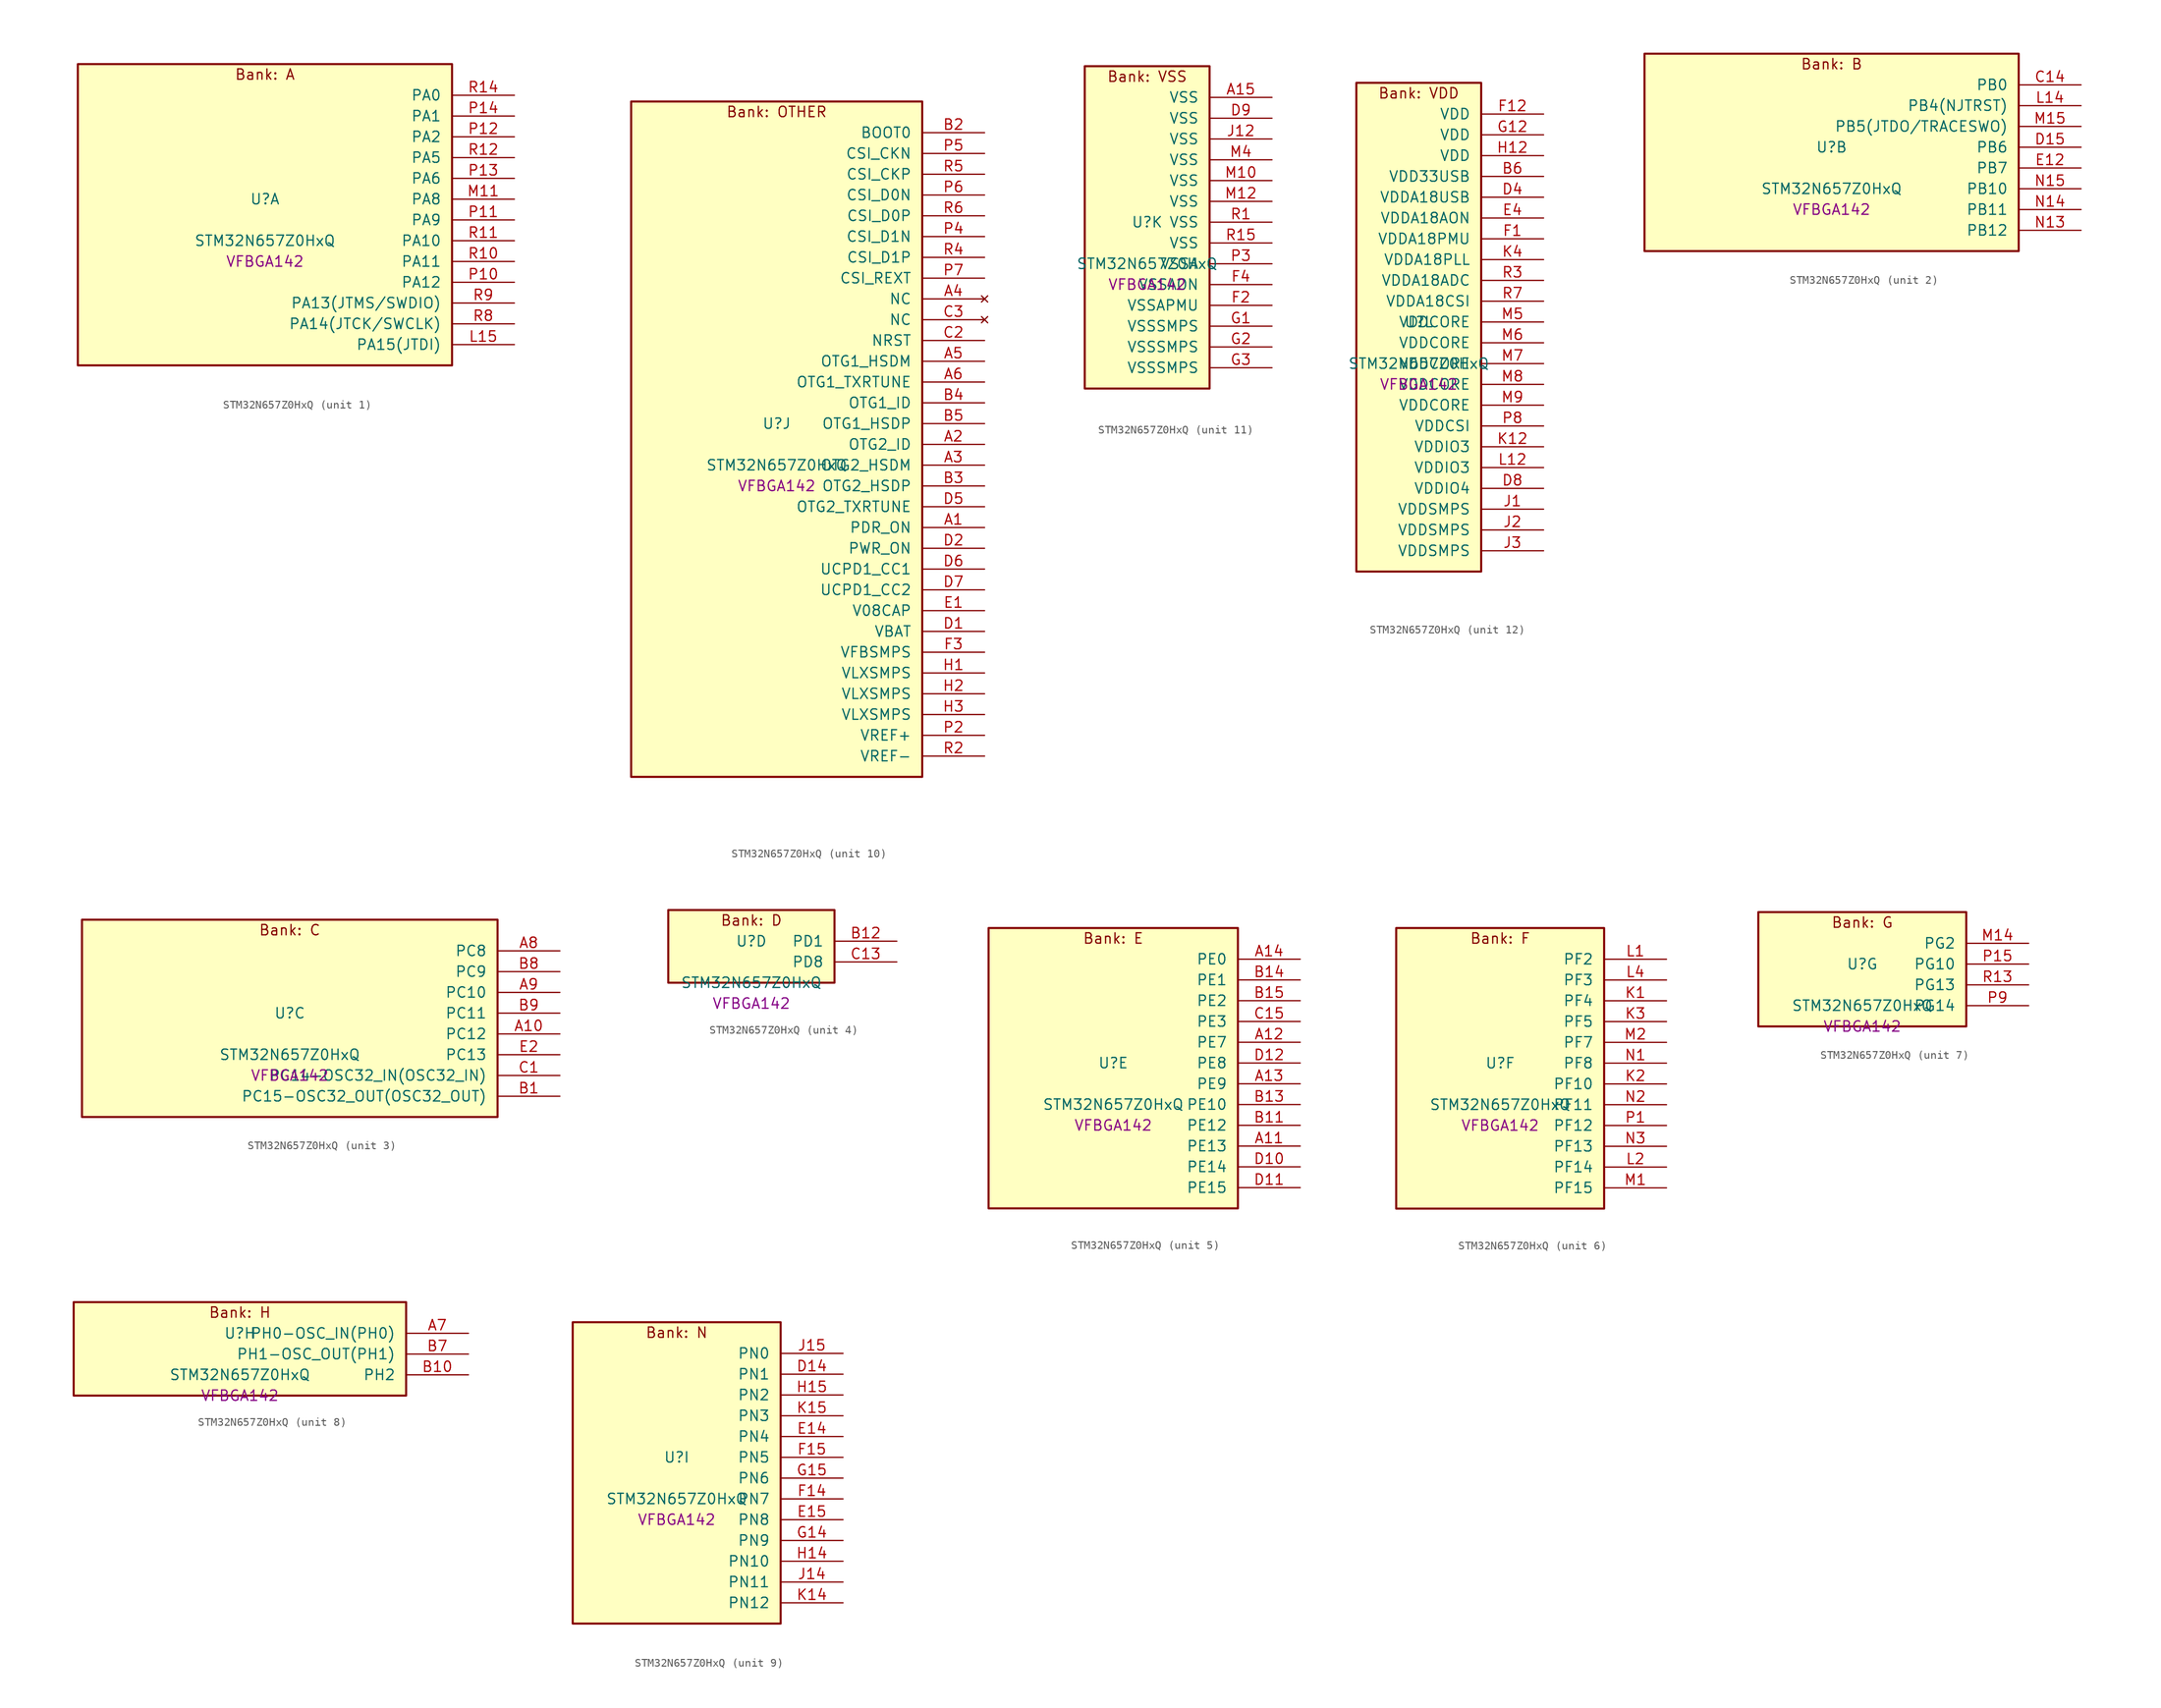
<source format=kicad_sym>
(kicad_symbol_lib
  (version 20241209)
  (generator "stm32_pkl_generator")
  (generator_version "1.0")
  (symbol "STM32N657Z0HxQ"
    (pin_names
      (offset 1.27))
    (property "Reference" "U"
      (at 0 2.54 0))
    (property "Value" "STM32N657Z0HxQ"
      (at 0 -2.54 0))
    (property "Footprint" "VFBGA142"
      (at 0 -5.08 0))
    (symbol "STM32N657Z0HxQ_1_1"
      (rectangle (start -22.86 19.05) (end 22.86 -17.78) (stroke (width 0.254) (type solid)) (fill (type background)))
      (text "Bank: A" (at 0 17.78 0))
      (pin bidirectional line (at 30.48 15.24 180) (length 7.62) (name "PA0") (number "R14") (alternate "PA0/ADC1_INN1" bidirectional line) (alternate "PA0/ADC1_INP0" bidirectional line) (alternate "PA0/ADC2_INN1" bidirectional line) (alternate "PA0/ADC2_INP0" bidirectional line) (alternate "PA0/HDP_HDP0" bidirectional line) (alternate "PA0/I2S6_WS" bidirectional line) (alternate "PA0/LTDC_G3" bidirectional line) (alternate "PA0/PWR_WKUP1" bidirectional line) (alternate "PA0/SAI2_SD_B" bidirectional line) (alternate "PA0/SPI6_NSS" bidirectional line) (alternate "PA0/TIM15_BKIN" bidirectional line) (alternate "PA0/TIM2_CH1" bidirectional line) (alternate "PA0/TIM9_CH1" bidirectional line) (alternate "PA0/UART4_TX" bidirectional line))
      (pin bidirectional line (at 30.48 12.7 180) (length 7.62) (name "PA1") (number "P14") (alternate "PA1/ADC1_INP1" bidirectional line) (alternate "PA1/ADC2_INP1" bidirectional line) (alternate "PA1/DCMIPP_D0" bidirectional line) (alternate "PA1/DCMI_D0" bidirectional line) (alternate "PA1/HDP_HDP1" bidirectional line) (alternate "PA1/LTDC_G2" bidirectional line) (alternate "PA1/PSSI_D0" bidirectional line) (alternate "PA1/SAI2_MCLK_B" bidirectional line) (alternate "PA1/TIM15_CH1N" bidirectional line) (alternate "PA1/TIM2_CH2" bidirectional line) (alternate "PA1/UART4_RX" bidirectional line))
      (pin bidirectional line (at 30.48 10.16 180) (length 7.62) (name "PA2") (number "P12") (alternate "PA2/ADC1_INP14" bidirectional line) (alternate "PA2/ADC2_INP14" bidirectional line) (alternate "PA2/HDP_HDP2" bidirectional line) (alternate "PA2/LTDC_B7" bidirectional line) (alternate "PA2/MDIOS_MDIO" bidirectional line) (alternate "PA2/PWR_WKUP2" bidirectional line) (alternate "PA2/SAI2_SCK_B" bidirectional line) (alternate "PA2/TIM15_CH1" bidirectional line) (alternate "PA2/TIM2_CH3" bidirectional line))
      (pin bidirectional line (at 30.48 7.62 180) (length 7.62) (name "PA5") (number "R12") (alternate "PA5/ADC2_INP18" bidirectional line) (alternate "PA5/DCMIPP_D8" bidirectional line) (alternate "PA5/DCMI_D8" bidirectional line) (alternate "PA5/HDP_HDP5" bidirectional line) (alternate "PA5/I2S1_CK" bidirectional line) (alternate "PA5/I2S6_CK" bidirectional line) (alternate "PA5/I3C1_SCL" bidirectional line) (alternate "PA5/LTDC_CLK" bidirectional line) (alternate "PA5/PSSI_D8" bidirectional line) (alternate "PA5/PWR_CSTOP" bidirectional line) (alternate "PA5/SPI1_SCK" bidirectional line) (alternate "PA5/SPI6_SCK" bidirectional line) (alternate "PA5/TIM10_CH1" bidirectional line) (alternate "PA5/TIM2_CH1" bidirectional line) (alternate "PA5/TIM2_ETR" bidirectional line) (alternate "PA5/TIM9_CH2" bidirectional line))
      (pin bidirectional line (at 30.48 5.08 180) (length 7.62) (name "PA6") (number "P13") (alternate "PA6/ADC1_INP3" bidirectional line) (alternate "PA6/ADC2_INP3" bidirectional line) (alternate "PA6/BOOT1" bidirectional line) (alternate "PA6/DCMIPP_PIXCLK" bidirectional line) (alternate "PA6/DCMI_PIXCLK" bidirectional line) (alternate "PA6/HDP_HDP6" bidirectional line) (alternate "PA6/I2S1_SDI" bidirectional line) (alternate "PA6/I2S6_SDI" bidirectional line) (alternate "PA6/I3C1_SDA" bidirectional line) (alternate "PA6/LTDC_B7" bidirectional line) (alternate "PA6/LTDC_HSYNC" bidirectional line) (alternate "PA6/MDIOS_MDC" bidirectional line) (alternate "PA6/PSSI_PDCK" bidirectional line) (alternate "PA6/SPI1_MISO" bidirectional line) (alternate "PA6/SPI6_MISO" bidirectional line) (alternate "PA6/TIM13_CH1" bidirectional line) (alternate "PA6/TIM3_CH1" bidirectional line))
      (pin bidirectional line (at 30.48 2.54 180) (length 7.62) (name "PA8") (number "M11") (alternate "PA8/ADC1_INP5" bidirectional line) (alternate "PA8/ADC2_INP5" bidirectional line) (alternate "PA8/HDP_HDP0" bidirectional line) (alternate "PA8/I2C3_SCL" bidirectional line) (alternate "PA8/I3C2_SCL" bidirectional line) (alternate "PA8/LTDC_B6" bidirectional line) (alternate "PA8/RCC_MCO_1" bidirectional line) (alternate "PA8/TIM11_CH1" bidirectional line) (alternate "PA8/UART7_RX" bidirectional line) (alternate "PA8/USART1_CK" bidirectional line))
      (pin bidirectional line (at 30.48 0 180) (length 7.62) (name "PA9") (number "P11") (alternate "PA9/ADC1_INP10" bidirectional line) (alternate "PA9/ADC2_INP10" bidirectional line) (alternate "PA9/DCMIPP_D0" bidirectional line) (alternate "PA9/DCMI_D0" bidirectional line) (alternate "PA9/HDP_HDP1" bidirectional line) (alternate "PA9/I2C3_SDA" bidirectional line) (alternate "PA9/I3C2_SDA" bidirectional line) (alternate "PA9/LPUART1_TX" bidirectional line) (alternate "PA9/LTDC_B5" bidirectional line) (alternate "PA9/PSSI_D0" bidirectional line) (alternate "PA9/USART1_TX" bidirectional line))
      (pin bidirectional line (at 30.48 -2.54 180) (length 7.62) (name "PA10") (number "R11") (alternate "PA10/ADC1_INN10" bidirectional line) (alternate "PA10/ADC1_INP11" bidirectional line) (alternate "PA10/ADC2_INN10" bidirectional line) (alternate "PA10/ADC2_INP11" bidirectional line) (alternate "PA10/DCMIPP_D1" bidirectional line) (alternate "PA10/DCMI_D1" bidirectional line) (alternate "PA10/HDP_HDP2" bidirectional line) (alternate "PA10/LPUART1_RX" bidirectional line) (alternate "PA10/LTDC_B4" bidirectional line) (alternate "PA10/MDIOS_MDIO" bidirectional line) (alternate "PA10/PSSI_D1" bidirectional line) (alternate "PA10/PWR_CSLEEP" bidirectional line) (alternate "PA10/USART1_RX" bidirectional line))
      (pin bidirectional line (at 30.48 -5.08 180) (length 7.62) (name "PA11") (number "R10") (alternate "PA11/ADC1_EXTI11" bidirectional line) (alternate "PA11/ADC1_INN11" bidirectional line) (alternate "PA11/ADC1_INP12" bidirectional line) (alternate "PA11/ADC2_EXTI11" bidirectional line) (alternate "PA11/ADC2_INN11" bidirectional line) (alternate "PA11/ADC2_INP12" bidirectional line) (alternate "PA11/FDCAN1_RX" bidirectional line) (alternate "PA11/HDP_HDP3" bidirectional line) (alternate "PA11/LPUART1_CTS" bidirectional line) (alternate "PA11/LTDC_B3" bidirectional line) (alternate "PA11/UART4_RX" bidirectional line) (alternate "PA11/USART1_CTS" bidirectional line) (alternate "PA11/USART1_NSS" bidirectional line))
      (pin bidirectional line (at 30.48 -7.62 180) (length 7.62) (name "PA12") (number "P10") (alternate "PA12/ADC1_INN12" bidirectional line) (alternate "PA12/ADC1_INP13" bidirectional line) (alternate "PA12/ADC2_INN12" bidirectional line) (alternate "PA12/ADC2_INP13" bidirectional line) (alternate "PA12/FDCAN1_TX" bidirectional line) (alternate "PA12/HDP_HDP4" bidirectional line) (alternate "PA12/LPUART1_RTS" bidirectional line) (alternate "PA12/LTDC_B2" bidirectional line) (alternate "PA12/SAI2_FS_B" bidirectional line) (alternate "PA12/UART4_TX" bidirectional line) (alternate "PA12/USART1_RTS" bidirectional line))
      (pin bidirectional line (at 30.48 -10.16 180) (length 7.62) (name "PA13(JTMS/SWDIO)") (number "R9") (alternate "PA13(JTMS/SWDIO)/DEBUG_JTMS-SWDIO" bidirectional line) (alternate "PA13(JTMS/SWDIO)/HDP_HDP5" bidirectional line))
      (pin bidirectional line (at 30.48 -12.7 180) (length 7.62) (name "PA14(JTCK/SWCLK)") (number "R8") (alternate "PA14(JTCK/SWCLK)/DEBUG_JTCK-SWCLK" bidirectional line) (alternate "PA14(JTCK/SWCLK)/HDP_HDP6" bidirectional line))
      (pin bidirectional line (at 30.48 -15.24 180) (length 7.62) (name "PA15(JTDI)") (number "L15") (alternate "PA15(JTDI)/ADC1_EXTI15" bidirectional line) (alternate "PA15(JTDI)/ADC2_EXTI15" bidirectional line) (alternate "PA15(JTDI)/DEBUG_JTDI" bidirectional line) (alternate "PA15(JTDI)/HDP_HDP7" bidirectional line) (alternate "PA15(JTDI)/I2S1_WS" bidirectional line) (alternate "PA15(JTDI)/I2S3_WS" bidirectional line) (alternate "PA15(JTDI)/I2S6_WS" bidirectional line) (alternate "PA15(JTDI)/LTDC_R5" bidirectional line) (alternate "PA15(JTDI)/SPI1_NSS" bidirectional line) (alternate "PA15(JTDI)/SPI3_NSS" bidirectional line) (alternate "PA15(JTDI)/SPI6_NSS" bidirectional line) (alternate "PA15(JTDI)/TIM2_CH1" bidirectional line) (alternate "PA15(JTDI)/TIM2_ETR" bidirectional line) (alternate "PA15(JTDI)/UART4_DE" bidirectional line) (alternate "PA15(JTDI)/UART4_RTS" bidirectional line) (alternate "PA15(JTDI)/UART7_TX" bidirectional line)))
    (symbol "STM32N657Z0HxQ_2_1"
      (rectangle (start -22.86 13.97) (end 22.86 -10.16) (stroke (width 0.254) (type solid)) (fill (type background)))
      (text "Bank: B" (at 0 12.7 0))
      (pin bidirectional line (at 30.48 10.16 180) (length 7.62) (name "PB0") (number "C14") (alternate "PB0/ADF1_SDI0" bidirectional line) (alternate "PB0/DCMIPP_D4" bidirectional line) (alternate "PB0/DCMI_D4" bidirectional line) (alternate "PB0/DEBUG_TRACED1" bidirectional line) (alternate "PB0/MDF1_SDI2" bidirectional line) (alternate "PB0/PSSI_D4" bidirectional line) (alternate "PB0/SAI1_D2" bidirectional line) (alternate "PB0/SAI1_FS_A" bidirectional line) (alternate "PB0/SPI4_NSS" bidirectional line) (alternate "PB0/TIM15_CH1N" bidirectional line))
      (pin bidirectional line (at 30.48 7.62 180) (length 7.62) (name "PB4(NJTRST)") (number "L14") (alternate "PB4(NJTRST)/DCMIPP_VSYNC" bidirectional line) (alternate "PB4(NJTRST)/DCMI_VSYNC" bidirectional line) (alternate "PB4(NJTRST)/DEBUG_NJTRST" bidirectional line) (alternate "PB4(NJTRST)/HDP_HDP4" bidirectional line) (alternate "PB4(NJTRST)/I2S1_SDI" bidirectional line) (alternate "PB4(NJTRST)/I2S3_SDI" bidirectional line) (alternate "PB4(NJTRST)/I2S6_SDI" bidirectional line) (alternate "PB4(NJTRST)/LTDC_R3" bidirectional line) (alternate "PB4(NJTRST)/PSSI_RDY" bidirectional line) (alternate "PB4(NJTRST)/SPI1_MISO" bidirectional line) (alternate "PB4(NJTRST)/SPI3_MISO" bidirectional line) (alternate "PB4(NJTRST)/SPI6_MISO" bidirectional line) (alternate "PB4(NJTRST)/TIM3_CH1" bidirectional line) (alternate "PB4(NJTRST)/UART7_TX" bidirectional line))
      (pin bidirectional line (at 30.48 5.08 180) (length 7.62) (name "PB5(JTDO/TRACESWO)") (number "M15") (alternate "PB5(JTDO/TRACESWO)/DCMIPP_D10" bidirectional line) (alternate "PB5(JTDO/TRACESWO)/DCMI_D10" bidirectional line) (alternate "PB5(JTDO/TRACESWO)/DEBUG_JTDO-SWO" bidirectional line) (alternate "PB5(JTDO/TRACESWO)/FDCAN2_RX" bidirectional line) (alternate "PB5(JTDO/TRACESWO)/HDP_HDP5" bidirectional line) (alternate "PB5(JTDO/TRACESWO)/I2S1_SDO" bidirectional line) (alternate "PB5(JTDO/TRACESWO)/I2S3_SDO" bidirectional line) (alternate "PB5(JTDO/TRACESWO)/I2S6_SDO" bidirectional line) (alternate "PB5(JTDO/TRACESWO)/LTDC_R2" bidirectional line) (alternate "PB5(JTDO/TRACESWO)/PSSI_D10" bidirectional line) (alternate "PB5(JTDO/TRACESWO)/SPI1_MOSI" bidirectional line) (alternate "PB5(JTDO/TRACESWO)/SPI3_MOSI" bidirectional line) (alternate "PB5(JTDO/TRACESWO)/SPI6_MOSI" bidirectional line) (alternate "PB5(JTDO/TRACESWO)/TIM3_CH2" bidirectional line) (alternate "PB5(JTDO/TRACESWO)/UART5_RX" bidirectional line))
      (pin bidirectional line (at 30.48 2.54 180) (length 7.62) (name "PB6") (number "D15") (alternate "PB6/ADF1_CCK1" bidirectional line) (alternate "PB6/DCMIPP_D6" bidirectional line) (alternate "PB6/DCMI_D6" bidirectional line) (alternate "PB6/DEBUG_TRACED2" bidirectional line) (alternate "PB6/MDF1_CCK1" bidirectional line) (alternate "PB6/PSSI_D6" bidirectional line) (alternate "PB6/SAI1_CK2" bidirectional line) (alternate "PB6/SAI1_SCK_A" bidirectional line) (alternate "PB6/SPI4_MISO" bidirectional line) (alternate "PB6/TIM15_CH1" bidirectional line))
      (pin bidirectional line (at 30.48 0 180) (length 7.62) (name "PB7") (number "E12") (alternate "PB7/ADF1_SDI0" bidirectional line) (alternate "PB7/DCMIPP_D7" bidirectional line) (alternate "PB7/DCMI_D7" bidirectional line) (alternate "PB7/DEBUG_TRACED3" bidirectional line) (alternate "PB7/MDF1_SDI1" bidirectional line) (alternate "PB7/PSSI_D7" bidirectional line) (alternate "PB7/SAI1_D1" bidirectional line) (alternate "PB7/SAI1_SD_A" bidirectional line) (alternate "PB7/SAI2_MCLK_B" bidirectional line) (alternate "PB7/SPI4_MOSI" bidirectional line) (alternate "PB7/TIM15_CH2" bidirectional line))
      (pin bidirectional line (at 30.48 -2.54 180) (length 7.62) (name "PB10") (number "N15") (alternate "PB10/ADC1_INN4" bidirectional line) (alternate "PB10/ADC1_INP8" bidirectional line) (alternate "PB10/ADC2_INN4" bidirectional line) (alternate "PB10/ADC2_INP8" bidirectional line) (alternate "PB10/HDP_HDP2" bidirectional line) (alternate "PB10/I2C2_SCL" bidirectional line) (alternate "PB10/I3C2_SCL" bidirectional line) (alternate "PB10/LPTIM2_IN1" bidirectional line) (alternate "PB10/LTDC_G7" bidirectional line) (alternate "PB10/TIM2_CH3" bidirectional line) (alternate "PB10/USART3_TX" bidirectional line))
      (pin bidirectional line (at 30.48 -5.08 180) (length 7.62) (name "PB11") (number "N14") (alternate "PB11/ADC1_EXTI11" bidirectional line) (alternate "PB11/ADC1_INP4" bidirectional line) (alternate "PB11/ADC2_EXTI11" bidirectional line) (alternate "PB11/ADC2_INP4" bidirectional line) (alternate "PB11/HDP_HDP3" bidirectional line) (alternate "PB11/I2C2_SDA" bidirectional line) (alternate "PB11/I3C2_SDA" bidirectional line) (alternate "PB11/LPTIM2_ETR" bidirectional line) (alternate "PB11/LTDC_G6" bidirectional line) (alternate "PB11/TIM2_CH4" bidirectional line) (alternate "PB11/USART3_RX" bidirectional line))
      (pin bidirectional line (at 30.48 -7.62 180) (length 7.62) (name "PB12") (number "N13") (alternate "PB12/FDCAN2_RX" bidirectional line) (alternate "PB12/HDP_HDP4" bidirectional line) (alternate "PB12/I2C2_SMBA" bidirectional line) (alternate "PB12/LPTIM2_IN2" bidirectional line) (alternate "PB12/LTDC_G5" bidirectional line) (alternate "PB12/UART5_RX" bidirectional line) (alternate "PB12/USART3_CK" bidirectional line)))
    (symbol "STM32N657Z0HxQ_3_1"
      (rectangle (start -25.4 13.97) (end 25.4 -10.16) (stroke (width 0.254) (type solid)) (fill (type background)))
      (text "Bank: C" (at 0 12.7 0))
      (pin bidirectional line (at 33.02 10.16 180) (length 7.62) (name "PC8") (number "A8") (alternate "PC8/DCMIPP_D2" bidirectional line) (alternate "PC8/DCMI_D2" bidirectional line) (alternate "PC8/DEBUG_TRACED1" bidirectional line) (alternate "PC8/HDP_HDP0" bidirectional line) (alternate "PC8/I2C3_SMBA" bidirectional line) (alternate "PC8/LTDC_B0" bidirectional line) (alternate "PC8/PSSI_D2" bidirectional line) (alternate "PC8/TIM3_CH3" bidirectional line) (alternate "PC8/UART5_DE" bidirectional line) (alternate "PC8/UART5_RTS" bidirectional line) (alternate "PC8/UCPD1_FRSTX1" bidirectional line))
      (pin bidirectional line (at 33.02 7.62 180) (length 7.62) (name "PC9") (number "B8") (alternate "PC9/AUDIOCLK" bidirectional line) (alternate "PC9/DCMIPP_D3" bidirectional line) (alternate "PC9/DCMI_D3" bidirectional line) (alternate "PC9/HDP_HDP1" bidirectional line) (alternate "PC9/I2C3_SDA" bidirectional line) (alternate "PC9/LTDC_B3" bidirectional line) (alternate "PC9/PSSI_D3" bidirectional line) (alternate "PC9/RCC_MCO_2" bidirectional line) (alternate "PC9/TIM3_CH4" bidirectional line) (alternate "PC9/UART5_CTS" bidirectional line) (alternate "PC9/UCPD1_FRSTX2" bidirectional line))
      (pin bidirectional line (at 33.02 5.08 180) (length 7.62) (name "PC10") (number "A9") (alternate "PC10/DCMIPP_D14" bidirectional line) (alternate "PC10/HDP_HDP2" bidirectional line) (alternate "PC10/I2C4_SCL" bidirectional line) (alternate "PC10/I2S3_CK" bidirectional line) (alternate "PC10/I3C2_SCL" bidirectional line) (alternate "PC10/PSSI_D14" bidirectional line) (alternate "PC10/SPI3_SCK" bidirectional line) (alternate "PC10/UART4_TX" bidirectional line) (alternate "PC10/USART3_TX" bidirectional line))
      (pin bidirectional line (at 33.02 2.54 180) (length 7.62) (name "PC11") (number "B9") (alternate "PC11/ADC1_EXTI11" bidirectional line) (alternate "PC11/ADC2_EXTI11" bidirectional line) (alternate "PC11/DCMIPP_D4" bidirectional line) (alternate "PC11/DCMI_D4" bidirectional line) (alternate "PC11/HDP_HDP3" bidirectional line) (alternate "PC11/I2C4_SDA" bidirectional line) (alternate "PC11/I2S3_SDI" bidirectional line) (alternate "PC11/I3C2_SDA" bidirectional line) (alternate "PC11/PSSI_D4" bidirectional line) (alternate "PC11/SPI3_MISO" bidirectional line) (alternate "PC11/UART4_RX" bidirectional line) (alternate "PC11/USART3_RX" bidirectional line))
      (pin bidirectional line (at 33.02 0 180) (length 7.62) (name "PC12") (number "A10") (alternate "PC12/DCMIPP_D9" bidirectional line) (alternate "PC12/DCMI_D9" bidirectional line) (alternate "PC12/DEBUG_TRACED3" bidirectional line) (alternate "PC12/HDP_HDP4" bidirectional line) (alternate "PC12/I2S3_SDO" bidirectional line) (alternate "PC12/I2S6_CK" bidirectional line) (alternate "PC12/PSSI_D9" bidirectional line) (alternate "PC12/SPI3_MOSI" bidirectional line) (alternate "PC12/SPI6_SCK" bidirectional line) (alternate "PC12/TIM15_CH1" bidirectional line) (alternate "PC12/UART5_TX" bidirectional line) (alternate "PC12/USART3_CK" bidirectional line))
      (pin bidirectional line (at 33.02 -2.54 180) (length 7.62) (name "PC13") (number "E2") (alternate "PC13/HDP_HDP5" bidirectional line) (alternate "PC13/PWR_WKUP3" bidirectional line) (alternate "PC13/RTC_OUT1" bidirectional line) (alternate "PC13/RTC_TS" bidirectional line) (alternate "PC13/TAMP_IN1" bidirectional line) (alternate "PC13/TAMP_OUT2" bidirectional line))
      (pin bidirectional line (at 33.02 -5.08 180) (length 7.62) (name "PC14-OSC32_IN(OSC32_IN)") (number "C1") (alternate "PC14-OSC32_IN(OSC32_IN)/RCC_OSC32_IN" bidirectional line))
      (pin bidirectional line (at 33.02 -7.62 180) (length 7.62) (name "PC15-OSC32_OUT(OSC32_OUT)") (number "B1") (alternate "PC15-OSC32_OUT(OSC32_OUT)/ADC1_EXTI15" bidirectional line) (alternate "PC15-OSC32_OUT(OSC32_OUT)/ADC2_EXTI15" bidirectional line) (alternate "PC15-OSC32_OUT(OSC32_OUT)/RCC_OSC32_OUT" bidirectional line)))
    (symbol "STM32N657Z0HxQ_4_1"
      (rectangle (start -10.16 6.35) (end 10.16 -2.54) (stroke (width 0.254) (type solid)) (fill (type background)))
      (text "Bank: D" (at 0 5.08 0))
      (pin bidirectional line (at 17.78 2.54 180) (length 7.62) (name "PD1") (number "B12") (alternate "PD1/FDCAN1_TX" bidirectional line) (alternate "PD1/UART4_TX" bidirectional line))
      (pin bidirectional line (at 17.78 0 180) (length 7.62) (name "PD8") (number "C13") (alternate "PD8/DCMIPP_D11" bidirectional line) (alternate "PD8/DCMI_D11" bidirectional line) (alternate "PD8/LTDC_R7" bidirectional line) (alternate "PD8/PSSI_D11" bidirectional line) (alternate "PD8/TAMP_IN3" bidirectional line) (alternate "PD8/TAMP_OUT4" bidirectional line) (alternate "PD8/USART3_TX" bidirectional line)))
    (symbol "STM32N657Z0HxQ_5_1"
      (rectangle (start -15.24 19.05) (end 15.24 -15.24) (stroke (width 0.254) (type solid)) (fill (type background)))
      (text "Bank: E" (at 0 17.78 0))
      (pin bidirectional line (at 22.86 15.24 180) (length 7.62) (name "PE0") (number "A14") (alternate "PE0/DCMIPP_D2" bidirectional line) (alternate "PE0/DCMI_D2" bidirectional line) (alternate "PE0/LPTIM2_ETR" bidirectional line) (alternate "PE0/PSSI_D2" bidirectional line) (alternate "PE0/SAI2_MCLK_A" bidirectional line) (alternate "PE0/TAMP_IN6" bidirectional line) (alternate "PE0/TAMP_OUT5" bidirectional line) (alternate "PE0/USART3_RX" bidirectional line))
      (pin bidirectional line (at 22.86 12.7 180) (length 7.62) (name "PE1") (number "B14") (alternate "PE1/DCMIPP_D8" bidirectional line) (alternate "PE1/DCMI_D8" bidirectional line) (alternate "PE1/LPTIM2_CH2" bidirectional line) (alternate "PE1/PSSI_D8" bidirectional line) (alternate "PE1/USART3_TX" bidirectional line))
      (pin bidirectional line (at 22.86 10.16 180) (length 7.62) (name "PE2") (number "B15") (alternate "PE2/ADF1_CCK0" bidirectional line) (alternate "PE2/DEBUG_TRACECLK" bidirectional line) (alternate "PE2/MDF1_CCK0" bidirectional line) (alternate "PE2/SAI1_CK1" bidirectional line) (alternate "PE2/SAI1_MCLK_A" bidirectional line) (alternate "PE2/SPI4_SCK" bidirectional line) (alternate "PE2/UCPD1_FRSTX1" bidirectional line))
      (pin bidirectional line (at 22.86 7.62 180) (length 7.62) (name "PE3") (number "C15") (alternate "PE3/DEBUG_TRACED0" bidirectional line) (alternate "PE3/MDF1_CKI2" bidirectional line) (alternate "PE3/SAI1_SD_B" bidirectional line) (alternate "PE3/TIM15_BKIN" bidirectional line))
      (pin bidirectional line (at 22.86 5.08 180) (length 7.62) (name "PE7") (number "A12") (alternate "PE7/MDF1_CKI0" bidirectional line) (alternate "PE7/SAI2_SD_B" bidirectional line) (alternate "PE7/UART7_RX" bidirectional line))
      (pin bidirectional line (at 22.86 2.54 180) (length 7.62) (name "PE8") (number "D12") (alternate "PE8/DCMIPP_D4" bidirectional line) (alternate "PE8/DCMI_D4" bidirectional line) (alternate "PE8/MDF1_SDI0" bidirectional line) (alternate "PE8/PSSI_D4" bidirectional line) (alternate "PE8/UART7_TX" bidirectional line) (alternate "PE8/USART3_TX" bidirectional line))
      (pin bidirectional line (at 22.86 0 180) (length 7.62) (name "PE9") (number "A13") (alternate "PE9/MDF1_CKI4" bidirectional line) (alternate "PE9/UART7_RTS" bidirectional line))
      (pin bidirectional line (at 22.86 -2.54 180) (length 7.62) (name "PE10") (number "B13") (alternate "PE10/DCMIPP_D3" bidirectional line) (alternate "PE10/DCMI_D3" bidirectional line) (alternate "PE10/DEBUG_TRACECLK" bidirectional line) (alternate "PE10/MDF1_SDI4" bidirectional line) (alternate "PE10/PSSI_D3" bidirectional line) (alternate "PE10/UART7_CTS" bidirectional line) (alternate "PE10/USART3_RX" bidirectional line))
      (pin bidirectional line (at 22.86 -5.08 180) (length 7.62) (name "PE12") (number "B11") (alternate "PE12/FDCAN3_RX" bidirectional line) (alternate "PE12/MDF1_SDI5" bidirectional line) (alternate "PE12/SAI2_SCK_B" bidirectional line) (alternate "PE12/SPI4_SCK" bidirectional line))
      (pin bidirectional line (at 22.86 -7.62 180) (length 7.62) (name "PE13") (number "A11") (alternate "PE13/ADF1_CCK0" bidirectional line) (alternate "PE13/I2C4_SCL" bidirectional line) (alternate "PE13/SAI2_FS_B" bidirectional line) (alternate "PE13/SPI4_MISO" bidirectional line))
      (pin bidirectional line (at 22.86 -10.16 180) (length 7.62) (name "PE14") (number "D10") (alternate "PE14/ADF1_CCK1" bidirectional line) (alternate "PE14/GFXTIM_FCKCAL" bidirectional line) (alternate "PE14/GFXTIM_LCKCAL" bidirectional line) (alternate "PE14/I2C4_SDA" bidirectional line) (alternate "PE14/SAI2_MCLK_B" bidirectional line) (alternate "PE14/SPI4_MOSI" bidirectional line))
      (pin bidirectional line (at 22.86 -12.7 180) (length 7.62) (name "PE15") (number "D11") (alternate "PE15/ADC1_EXTI15" bidirectional line) (alternate "PE15/ADC2_EXTI15" bidirectional line) (alternate "PE15/GFXTIM_FCKCAL" bidirectional line) (alternate "PE15/GFXTIM_LCKCAL" bidirectional line) (alternate "PE15/I2C4_SMBA" bidirectional line) (alternate "PE15/SPI5_SCK" bidirectional line)))
    (symbol "STM32N657Z0HxQ_6_1"
      (rectangle (start -12.7 19.05) (end 12.7 -15.24) (stroke (width 0.254) (type solid)) (fill (type background)))
      (text "Bank: F" (at 0 17.78 0))
      (pin bidirectional line (at 20.32 15.24 180) (length 7.62) (name "PF2") (number "L1") (alternate "PF2/FDCAN3_TX" bidirectional line) (alternate "PF2/LTDC_B1" bidirectional line))
      (pin bidirectional line (at 20.32 12.7 180) (length 7.62) (name "PF3") (number "L4") (alternate "PF3/ADC1_INP16" bidirectional line) (alternate "PF3/DCMIPP_HSYNC" bidirectional line) (alternate "PF3/DCMI_HSYNC" bidirectional line) (alternate "PF3/FDCAN3_RX" bidirectional line) (alternate "PF3/LTDC_R4" bidirectional line) (alternate "PF3/PSSI_DE" bidirectional line))
      (pin bidirectional line (at 20.32 10.16 180) (length 7.62) (name "PF4") (number "K1") (alternate "PF4/ADC1_INP18" bidirectional line) (alternate "PF4/DCMIPP_HSYNC" bidirectional line) (alternate "PF4/DCMI_HSYNC" bidirectional line) (alternate "PF4/HDP_HDP4" bidirectional line) (alternate "PF4/I2S1_WS" bidirectional line) (alternate "PF4/I2S3_WS" bidirectional line) (alternate "PF4/I2S6_WS" bidirectional line) (alternate "PF4/LTDC_R3" bidirectional line) (alternate "PF4/PSSI_DE" bidirectional line) (alternate "PF4/SPI1_NSS" bidirectional line) (alternate "PF4/SPI3_NSS" bidirectional line) (alternate "PF4/SPI6_NSS" bidirectional line))
      (pin bidirectional line (at 20.32 7.62 180) (length 7.62) (name "PF5") (number "K3") (alternate "PF5/DCMIPP_D6" bidirectional line) (alternate "PF5/DCMI_D6" bidirectional line) (alternate "PF5/LPTIM2_IN2" bidirectional line) (alternate "PF5/LTDC_G0" bidirectional line) (alternate "PF5/PSSI_D6" bidirectional line) (alternate "PF5/SAI2_SD_A" bidirectional line) (alternate "PF5/USART3_CTS" bidirectional line) (alternate "PF5/USART3_NSS" bidirectional line))
      (pin bidirectional line (at 20.32 5.08 180) (length 7.62) (name "PF7") (number "M2") (alternate "PF7/ADC1_INN5" bidirectional line) (alternate "PF7/ADC1_INP9" bidirectional line) (alternate "PF7/ADC2_INN5" bidirectional line) (alternate "PF7/ADC2_INP9" bidirectional line) (alternate "PF7/GFXTIM_TE" bidirectional line) (alternate "PF7/HDP_HDP0" bidirectional line) (alternate "PF7/I2S1_CK" bidirectional line) (alternate "PF7/LTDC_VSYNC" bidirectional line) (alternate "PF7/SPI1_SCK" bidirectional line) (alternate "PF7/TIM3_CH3" bidirectional line) (alternate "PF7/TIM9_CH1" bidirectional line) (alternate "PF7/UART4_CTS" bidirectional line))
      (pin bidirectional line (at 20.32 2.54 180) (length 7.62) (name "PF8") (number "N1") (alternate "PF8/DEBUG_TRACECLK" bidirectional line) (alternate "PF8/LTDC_R6" bidirectional line))
      (pin bidirectional line (at 20.32 0 180) (length 7.62) (name "PF10") (number "K2") (alternate "PF10/DCMIPP_D11" bidirectional line) (alternate "PF10/DCMIPP_D15" bidirectional line) (alternate "PF10/DCMI_D11" bidirectional line) (alternate "PF10/LTDC_R1" bidirectional line) (alternate "PF10/MDF1_SDI3" bidirectional line) (alternate "PF10/PSSI_D11" bidirectional line) (alternate "PF10/PSSI_D15" bidirectional line) (alternate "PF10/SAI1_D3" bidirectional line) (alternate "PF10/UART7_RX" bidirectional line) (alternate "PF10/UCPD1_FRSTX1" bidirectional line))
      (pin bidirectional line (at 20.32 -2.54 180) (length 7.62) (name "PF11") (number "N2") (alternate "PF11/ADC1_EXTI11" bidirectional line) (alternate "PF11/ADC1_INP2" bidirectional line) (alternate "PF11/ADC2_EXTI11" bidirectional line) (alternate "PF11/DCMIPP_D15" bidirectional line) (alternate "PF11/LTDC_B0" bidirectional line) (alternate "PF11/PSSI_D15" bidirectional line) (alternate "PF11/SAI2_SD_B" bidirectional line) (alternate "PF11/SPI5_MOSI" bidirectional line))
      (pin bidirectional line (at 20.32 -5.08 180) (length 7.62) (name "PF12") (number "P1") (alternate "PF12/ADC1_INN2" bidirectional line) (alternate "PF12/ADC1_INP6" bidirectional line) (alternate "PF12/DCMIPP_D13" bidirectional line) (alternate "PF12/DCMI_D13" bidirectional line) (alternate "PF12/PSSI_D13" bidirectional line) (alternate "PF12/SPI5_MISO" bidirectional line) (alternate "PF12/USART1_RX" bidirectional line))
      (pin bidirectional line (at 20.32 -7.62 180) (length 7.62) (name "PF13") (number "N3") (alternate "PF13/ADC2_INP2" bidirectional line) (alternate "PF13/DCMIPP_D10" bidirectional line) (alternate "PF13/DCMI_D10" bidirectional line) (alternate "PF13/PSSI_D10" bidirectional line) (alternate "PF13/SPI5_NSS" bidirectional line) (alternate "PF13/USART1_TX" bidirectional line))
      (pin bidirectional line (at 20.32 -10.16 180) (length 7.62) (name "PF14") (number "L2") (alternate "PF14/ADC2_INN2" bidirectional line) (alternate "PF14/ADC2_INP6" bidirectional line) (alternate "PF14/LTDC_G0" bidirectional line) (alternate "PF14/SPI5_MOSI" bidirectional line) (alternate "PF14/TIM2_CH2" bidirectional line) (alternate "PF14/USART1_CTS" bidirectional line))
      (pin bidirectional line (at 20.32 -12.7 180) (length 7.62) (name "PF15") (number "M1") (alternate "PF15/ADC1_EXTI15" bidirectional line) (alternate "PF15/ADC2_EXTI15" bidirectional line) (alternate "PF15/LTDC_G1" bidirectional line) (alternate "PF15/SPI5_SCK" bidirectional line) (alternate "PF15/USART1_RTS" bidirectional line)))
    (symbol "STM32N657Z0HxQ_7_1"
      (rectangle (start -12.7 8.89) (end 12.7 -5.08) (stroke (width 0.254) (type solid)) (fill (type background)))
      (text "Bank: G" (at 0 7.62 0))
      (pin bidirectional line (at 20.32 5.08 180) (length 7.62) (name "PG2") (number "M14") (alternate "PG2/DCMIPP_D6" bidirectional line) (alternate "PG2/DCMI_D6" bidirectional line) (alternate "PG2/LTDC_R0" bidirectional line) (alternate "PG2/PSSI_D6" bidirectional line) (alternate "PG2/SAI1_FS_B" bidirectional line) (alternate "PG2/SAI2_MCLK_B" bidirectional line) (alternate "PG2/SPI5_MOSI" bidirectional line) (alternate "PG2/TIM14_CH1" bidirectional line) (alternate "PG2/UART7_CTS" bidirectional line) (alternate "PG2/USART3_RTS" bidirectional line))
      (pin bidirectional line (at 20.32 2.54 180) (length 7.62) (name "PG10") (number "P15") (alternate "PG10/DCMIPP_D2" bidirectional line) (alternate "PG10/DCMI_D2" bidirectional line) (alternate "PG10/FDCAN2_TX" bidirectional line) (alternate "PG10/HDP_HDP5" bidirectional line) (alternate "PG10/LPTIM2_CH1" bidirectional line) (alternate "PG10/LTDC_G4" bidirectional line) (alternate "PG10/PSSI_D2" bidirectional line) (alternate "PG10/UART5_TX" bidirectional line) (alternate "PG10/USART3_CTS" bidirectional line) (alternate "PG10/USART3_NSS" bidirectional line))
      (pin bidirectional line (at 20.32 0 180) (length 7.62) (name "PG13") (number "R13") (alternate "PG13/DCMIPP_D12" bidirectional line) (alternate "PG13/DCMI_D12" bidirectional line) (alternate "PG13/LPTIM2_IN1" bidirectional line) (alternate "PG13/LTDC_DE" bidirectional line) (alternate "PG13/PSSI_D12" bidirectional line) (alternate "PG13/SAI2_FS_A" bidirectional line) (alternate "PG13/USART3_RTS" bidirectional line))
      (pin bidirectional line (at 20.32 -2.54 180) (length 7.62) (name "PG14") (number "P9") (alternate "PG14/DCMIPP_D11" bidirectional line) (alternate "PG14/DCMI_D11" bidirectional line) (alternate "PG14/DEBUG_TRACED1" bidirectional line) (alternate "PG14/I2S6_SDO" bidirectional line) (alternate "PG14/LTDC_B1" bidirectional line) (alternate "PG14/PSSI_D11" bidirectional line) (alternate "PG14/SPI6_MOSI" bidirectional line)))
    (symbol "STM32N657Z0HxQ_8_1"
      (rectangle (start -20.32 6.35) (end 20.32 -5.08) (stroke (width 0.254) (type solid)) (fill (type background)))
      (text "Bank: H" (at 0 5.08 0))
      (pin bidirectional line (at 27.94 2.54 180) (length 7.62) (name "PH0-OSC_IN(PH0)") (number "A7") (alternate "PH0-OSC_IN(PH0)/RCC_OSC_IN" bidirectional line))
      (pin bidirectional line (at 27.94 0 180) (length 7.62) (name "PH1-OSC_OUT(PH1)") (number "B7") (alternate "PH1-OSC_OUT(PH1)/RCC_OSC_OUT" bidirectional line))
      (pin bidirectional line (at 27.94 -2.54 180) (length 7.62) (name "PH2") (number "B10") (alternate "PH2/DCMIPP_D11" bidirectional line) (alternate "PH2/DCMI_D11" bidirectional line) (alternate "PH2/DEBUG_TRACED2" bidirectional line) (alternate "PH2/FDCAN1_TX" bidirectional line) (alternate "PH2/PSSI_D11" bidirectional line) (alternate "PH2/TIM15_BKIN" bidirectional line) (alternate "PH2/TIM3_ETR" bidirectional line) (alternate "PH2/UART5_RX" bidirectional line)))
    (symbol "STM32N657Z0HxQ_9_1"
      (rectangle (start -12.7 19.05) (end 12.7 -17.78) (stroke (width 0.254) (type solid)) (fill (type background)))
      (text "Bank: N" (at 0 17.78 0))
      (pin bidirectional line (at 20.32 15.24 180) (length 7.62) (name "PN0") (number "J15") (alternate "PN0/XSPIM_P2_DQS0" bidirectional line))
      (pin bidirectional line (at 20.32 12.7 180) (length 7.62) (name "PN1") (number "D14") (alternate "PN1/XSPIM_P2_NCS1" bidirectional line))
      (pin bidirectional line (at 20.32 10.16 180) (length 7.62) (name "PN2") (number "H15") (alternate "PN2/XSPIM_P2_IO0" bidirectional line))
      (pin bidirectional line (at 20.32 7.62 180) (length 7.62) (name "PN3") (number "K15") (alternate "PN3/XSPIM_P2_IO1" bidirectional line))
      (pin bidirectional line (at 20.32 5.08 180) (length 7.62) (name "PN4") (number "E14") (alternate "PN4/XSPIM_P2_IO2" bidirectional line))
      (pin bidirectional line (at 20.32 2.54 180) (length 7.62) (name "PN5") (number "F15") (alternate "PN5/XSPIM_P2_IO3" bidirectional line))
      (pin bidirectional line (at 20.32 0 180) (length 7.62) (name "PN6") (number "G15") (alternate "PN6/XSPIM_P2_CLK" bidirectional line))
      (pin bidirectional line (at 20.32 -2.54 180) (length 7.62) (name "PN7") (number "F14") (alternate "PN7/XSPIM_P2_NCLK" bidirectional line))
      (pin bidirectional line (at 20.32 -5.08 180) (length 7.62) (name "PN8") (number "E15") (alternate "PN8/XSPIM_P2_IO4" bidirectional line))
      (pin bidirectional line (at 20.32 -7.62 180) (length 7.62) (name "PN9") (number "G14") (alternate "PN9/DCMIPP_D5" bidirectional line) (alternate "PN9/DCMI_D5" bidirectional line) (alternate "PN9/PSSI_D5" bidirectional line) (alternate "PN9/XSPIM_P2_IO5" bidirectional line))
      (pin bidirectional line (at 20.32 -10.16 180) (length 7.62) (name "PN10") (number "H14") (alternate "PN10/LTDC_B4" bidirectional line) (alternate "PN10/XSPIM_P2_IO6" bidirectional line))
      (pin bidirectional line (at 20.32 -12.7 180) (length 7.62) (name "PN11") (number "J14") (alternate "PN11/ADC1_EXTI11" bidirectional line) (alternate "PN11/ADC2_EXTI11" bidirectional line) (alternate "PN11/LTDC_B6" bidirectional line) (alternate "PN11/XSPIM_P2_IO7" bidirectional line))
      (pin bidirectional line (at 20.32 -15.24 180) (length 7.62) (name "PN12") (number "K14") (alternate "PN12/XSPIM_P2_NCS2" bidirectional line)))
    (symbol "STM32N657Z0HxQ_10_1"
      (rectangle (start -17.78 41.91) (end 17.78 -40.64) (stroke (width 0.254) (type solid)) (fill (type background)))
      (text "Bank: OTHER" (at 0 40.64 0))
      (pin input line (at 25.4 38.1 180) (length 7.62) (name "BOOT0") (number "B2"))
      (pin bidirectional line (at 25.4 35.56 180) (length 7.62) (name "CSI_CKN") (number "P5") (alternate "CSI_CKN/CSI_CKN" bidirectional line))
      (pin bidirectional line (at 25.4 33.02 180) (length 7.62) (name "CSI_CKP") (number "R5") (alternate "CSI_CKP/CSI_CKP" bidirectional line))
      (pin bidirectional line (at 25.4 30.48 180) (length 7.62) (name "CSI_D0N") (number "P6") (alternate "CSI_D0N/CSI_D0N" bidirectional line))
      (pin bidirectional line (at 25.4 27.94 180) (length 7.62) (name "CSI_D0P") (number "R6") (alternate "CSI_D0P/CSI_D0P" bidirectional line))
      (pin bidirectional line (at 25.4 25.4 180) (length 7.62) (name "CSI_D1N") (number "P4") (alternate "CSI_D1N/CSI_D1N" bidirectional line))
      (pin bidirectional line (at 25.4 22.86 180) (length 7.62) (name "CSI_D1P") (number "R4") (alternate "CSI_D1P/CSI_D1P" bidirectional line))
      (pin bidirectional line (at 25.4 20.32 180) (length 7.62) (name "CSI_REXT") (number "P7") (alternate "CSI_REXT/CSI_REXT" bidirectional line))
      (pin no_connect line (at 25.4 17.78 180) (length 7.62) (name "NC") (number "A4"))
      (pin no_connect line (at 25.4 15.24 180) (length 7.62) (name "NC") (number "C3"))
      (pin input line (at 25.4 12.7 180) (length 7.62) (name "NRST") (number "C2"))
      (pin bidirectional line (at 25.4 10.16 180) (length 7.62) (name "OTG1_HSDM") (number "A5") (alternate "OTG1_HSDM/USB1_OTG_HS_DM" bidirectional line))
      (pin bidirectional line (at 25.4 7.62 180) (length 7.62) (name "OTG1_TXRTUNE") (number "A6"))
      (pin bidirectional line (at 25.4 5.08 180) (length 7.62) (name "OTG1_ID") (number "B4") (alternate "OTG1_ID/USB1_OTG_HS_ID" bidirectional line))
      (pin bidirectional line (at 25.4 2.54 180) (length 7.62) (name "OTG1_HSDP") (number "B5") (alternate "OTG1_HSDP/USB1_OTG_HS_DP" bidirectional line))
      (pin bidirectional line (at 25.4 0 180) (length 7.62) (name "OTG2_ID") (number "A2") (alternate "OTG2_ID/USB2_OTG_HS_ID" bidirectional line))
      (pin bidirectional line (at 25.4 -2.54 180) (length 7.62) (name "OTG2_HSDM") (number "A3") (alternate "OTG2_HSDM/USB2_OTG_HS_DM" bidirectional line))
      (pin bidirectional line (at 25.4 -5.08 180) (length 7.62) (name "OTG2_HSDP") (number "B3") (alternate "OTG2_HSDP/USB2_OTG_HS_DP" bidirectional line))
      (pin bidirectional line (at 25.4 -7.62 180) (length 7.62) (name "OTG2_TXRTUNE") (number "D5"))
      (pin bidirectional line (at 25.4 -10.16 180) (length 7.62) (name "PDR_ON") (number "A1"))
      (pin bidirectional line (at 25.4 -12.7 180) (length 7.62) (name "PWR_ON") (number "D2"))
      (pin bidirectional line (at 25.4 -15.24 180) (length 7.62) (name "UCPD1_CC1") (number "D6") (alternate "UCPD1_CC1/UCPD1_CC1" bidirectional line))
      (pin bidirectional line (at 25.4 -17.78 180) (length 7.62) (name "UCPD1_CC2") (number "D7") (alternate "UCPD1_CC2/UCPD1_CC2" bidirectional line))
      (pin power_in line (at 25.4 -20.32 180) (length 7.62) (name "V08CAP") (number "E1"))
      (pin power_in line (at 25.4 -22.86 180) (length 7.62) (name "VBAT") (number "D1"))
      (pin power_in line (at 25.4 -25.4 180) (length 7.62) (name "VFBSMPS") (number "F3"))
      (pin power_in line (at 25.4 -27.94 180) (length 7.62) (name "VLXSMPS") (number "H1"))
      (pin power_in line (at 25.4 -30.48 180) (length 7.62) (name "VLXSMPS") (number "H2"))
      (pin power_in line (at 25.4 -33.02 180) (length 7.62) (name "VLXSMPS") (number "H3"))
      (pin bidirectional line (at 25.4 -35.56 180) (length 7.62) (name "VREF+") (number "P2"))
      (pin power_in line (at 25.4 -38.1 180) (length 7.62) (name "VREF-") (number "R2")))
    (symbol "STM32N657Z0HxQ_11_1"
      (rectangle (start -7.62 21.59) (end 7.62 -17.78) (stroke (width 0.254) (type solid)) (fill (type background)))
      (text "Bank: VSS" (at 0 20.32 0))
      (pin power_in line (at 15.24 17.78 180) (length 7.62) (name "VSS") (number "A15"))
      (pin power_in line (at 15.24 15.24 180) (length 7.62) (name "VSS") (number "D9"))
      (pin power_in line (at 15.24 12.7 180) (length 7.62) (name "VSS") (number "J12"))
      (pin power_in line (at 15.24 10.16 180) (length 7.62) (name "VSS") (number "M4"))
      (pin power_in line (at 15.24 7.62 180) (length 7.62) (name "VSS") (number "M10"))
      (pin power_in line (at 15.24 5.08 180) (length 7.62) (name "VSS") (number "M12"))
      (pin power_in line (at 15.24 2.54 180) (length 7.62) (name "VSS") (number "R1"))
      (pin power_in line (at 15.24 0 180) (length 7.62) (name "VSS") (number "R15"))
      (pin power_in line (at 15.24 -2.54 180) (length 7.62) (name "VSSA") (number "P3"))
      (pin power_in line (at 15.24 -5.08 180) (length 7.62) (name "VSSAON") (number "F4"))
      (pin power_in line (at 15.24 -7.62 180) (length 7.62) (name "VSSAPMU") (number "F2"))
      (pin power_in line (at 15.24 -10.16 180) (length 7.62) (name "VSSSMPS") (number "G1"))
      (pin power_in line (at 15.24 -12.7 180) (length 7.62) (name "VSSSMPS") (number "G2"))
      (pin power_in line (at 15.24 -15.24 180) (length 7.62) (name "VSSSMPS") (number "G3")))
    (symbol "STM32N657Z0HxQ_12_1"
      (rectangle (start -7.62 31.75) (end 7.62 -27.94) (stroke (width 0.254) (type solid)) (fill (type background)))
      (text "Bank: VDD" (at 0 30.48 0))
      (pin power_in line (at 15.24 27.94 180) (length 7.62) (name "VDD") (number "F12"))
      (pin power_in line (at 15.24 25.4 180) (length 7.62) (name "VDD") (number "G12"))
      (pin power_in line (at 15.24 22.86 180) (length 7.62) (name "VDD") (number "H12"))
      (pin power_in line (at 15.24 20.32 180) (length 7.62) (name "VDD33USB") (number "B6"))
      (pin power_in line (at 15.24 17.78 180) (length 7.62) (name "VDDA18USB") (number "D4"))
      (pin power_in line (at 15.24 15.24 180) (length 7.62) (name "VDDA18AON") (number "E4"))
      (pin power_in line (at 15.24 12.7 180) (length 7.62) (name "VDDA18PMU") (number "F1"))
      (pin power_in line (at 15.24 10.16 180) (length 7.62) (name "VDDA18PLL") (number "K4"))
      (pin power_in line (at 15.24 7.62 180) (length 7.62) (name "VDDA18ADC") (number "R3"))
      (pin power_in line (at 15.24 5.08 180) (length 7.62) (name "VDDA18CSI") (number "R7"))
      (pin power_in line (at 15.24 2.54 180) (length 7.62) (name "VDDCORE") (number "M5"))
      (pin power_in line (at 15.24 0 180) (length 7.62) (name "VDDCORE") (number "M6"))
      (pin power_in line (at 15.24 -2.54 180) (length 7.62) (name "VDDCORE") (number "M7"))
      (pin power_in line (at 15.24 -5.08 180) (length 7.62) (name "VDDCORE") (number "M8"))
      (pin power_in line (at 15.24 -7.62 180) (length 7.62) (name "VDDCORE") (number "M9"))
      (pin power_in line (at 15.24 -10.16 180) (length 7.62) (name "VDDCSI") (number "P8"))
      (pin power_in line (at 15.24 -12.7 180) (length 7.62) (name "VDDIO3") (number "K12"))
      (pin power_in line (at 15.24 -15.24 180) (length 7.62) (name "VDDIO3") (number "L12"))
      (pin power_in line (at 15.24 -17.78 180) (length 7.62) (name "VDDIO4") (number "D8"))
      (pin power_in line (at 15.24 -20.32 180) (length 7.62) (name "VDDSMPS") (number "J1"))
      (pin power_in line (at 15.24 -22.86 180) (length 7.62) (name "VDDSMPS") (number "J2"))
      (pin power_in line (at 15.24 -25.4 180) (length 7.62) (name "VDDSMPS") (number "J3")))))
</source>
